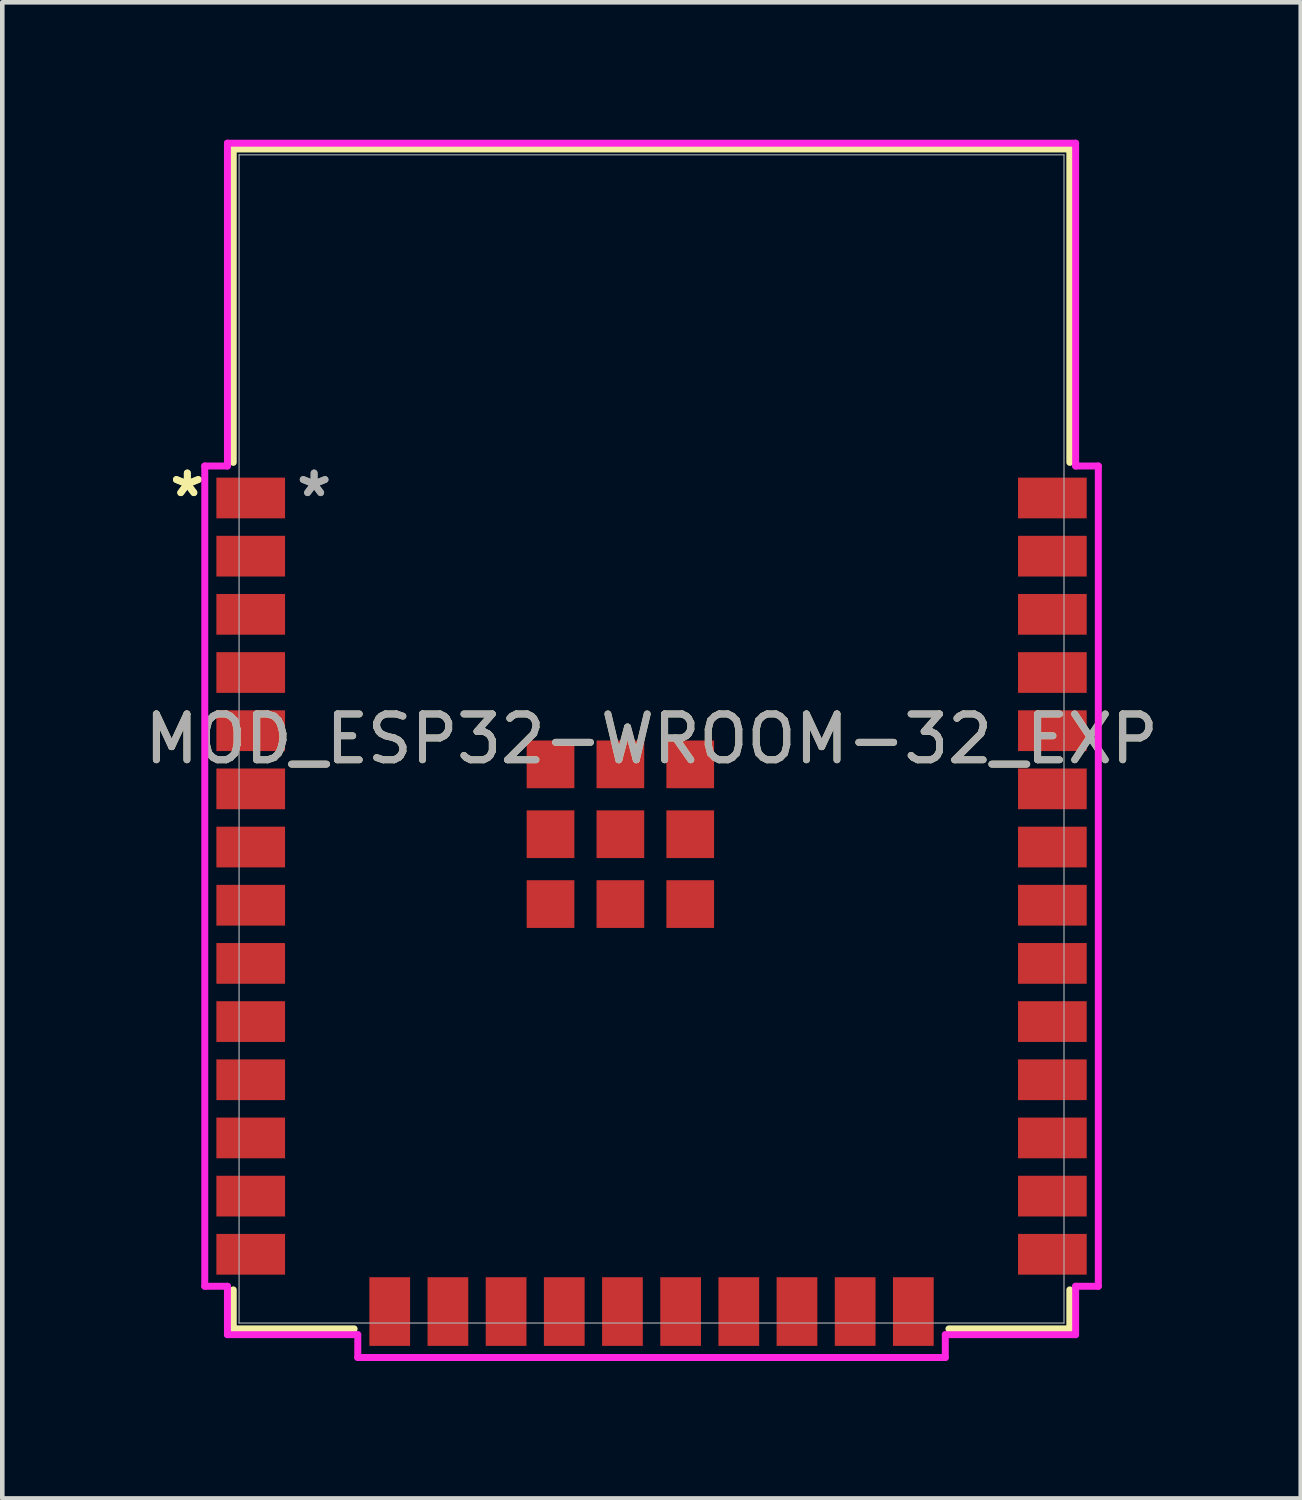
<source format=kicad_pcb>
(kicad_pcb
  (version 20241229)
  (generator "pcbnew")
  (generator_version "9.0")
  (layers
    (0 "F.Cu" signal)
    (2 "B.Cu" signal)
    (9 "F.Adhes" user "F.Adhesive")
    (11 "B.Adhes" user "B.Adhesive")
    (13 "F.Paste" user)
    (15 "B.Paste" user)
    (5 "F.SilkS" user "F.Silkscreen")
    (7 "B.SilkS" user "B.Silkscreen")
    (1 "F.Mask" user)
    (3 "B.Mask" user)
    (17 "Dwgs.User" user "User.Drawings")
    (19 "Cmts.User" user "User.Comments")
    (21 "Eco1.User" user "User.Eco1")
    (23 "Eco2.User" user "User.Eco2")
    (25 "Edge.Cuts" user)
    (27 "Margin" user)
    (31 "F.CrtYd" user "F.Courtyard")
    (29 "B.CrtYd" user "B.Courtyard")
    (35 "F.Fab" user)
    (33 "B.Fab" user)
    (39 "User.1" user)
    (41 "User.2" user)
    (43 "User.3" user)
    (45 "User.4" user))
  (footprint "MOD_ESP32-WROOM-32_EXP"
    (layer "F.Cu")
    (at 11.173 13.081)
    (property "Reference" "MOD_ESP32-WROOM-32_EXP" (at 0 0 0) (unlocked yes) (layer "F.SilkS") (effects (font (size 1 1) (thickness 0.15))))
    (attr smd)
    (fp_line (start -9.131 -12.878) (end 9.131 -12.878) (stroke (width 0.152) (type solid)) (layer "F.SilkS"))
    (fp_line (start -9.131 -6.037) (end -9.131 -12.878) (stroke (width 0.152) (type solid)) (layer "F.SilkS"))
    (fp_line (start -9.131 12.878) (end -9.131 12.027) (stroke (width 0.152) (type solid)) (layer "F.SilkS"))
    (fp_line (start -6.492 12.878) (end -9.131 12.878) (stroke (width 0.152) (type solid)) (layer "F.SilkS"))
    (fp_line (start 9.131 -12.878) (end 9.131 -6.037) (stroke (width 0.152) (type solid)) (layer "F.SilkS"))
    (fp_line (start 9.131 12.027) (end 9.131 12.878) (stroke (width 0.152) (type solid)) (layer "F.SilkS"))
    (fp_line (start 9.131 12.878) (end 6.492 12.878) (stroke (width 0.152) (type solid)) (layer "F.SilkS"))
    (fp_poly (pts (xy -9.004 -12.751) (xy -9.004 -6.807) (xy 9.004 -6.807) (xy 9.004 -12.751)) (stroke (width 0.1) (type solid)) (fill no) (layer "Eco2.User"))
    (fp_line (start -9.753 -5.958) (end -9.753 11.948) (stroke (width 0.152) (type solid)) (layer "F.CrtYd"))
    (fp_line (start -9.753 11.948) (end -9.258 11.948) (stroke (width 0.152) (type solid)) (layer "F.CrtYd"))
    (fp_line (start -9.258 -13.005) (end -9.258 -5.958) (stroke (width 0.152) (type solid)) (layer "F.CrtYd"))
    (fp_line (start -9.258 -5.958) (end -9.753 -5.958) (stroke (width 0.152) (type solid)) (layer "F.CrtYd"))
    (fp_line (start -9.258 11.948) (end -9.258 13.005) (stroke (width 0.152) (type solid)) (layer "F.CrtYd"))
    (fp_line (start -9.258 13.005) (end -6.413 13.005) (stroke (width 0.152) (type solid)) (layer "F.CrtYd"))
    (fp_line (start -6.413 13.005) (end -6.413 13.503) (stroke (width 0.152) (type solid)) (layer "F.CrtYd"))
    (fp_line (start -6.413 13.503) (end 6.413 13.503) (stroke (width 0.152) (type solid)) (layer "F.CrtYd"))
    (fp_line (start 6.413 13.005) (end 9.258 13.005) (stroke (width 0.152) (type solid)) (layer "F.CrtYd"))
    (fp_line (start 6.413 13.503) (end 6.413 13.005) (stroke (width 0.152) (type solid)) (layer "F.CrtYd"))
    (fp_line (start 9.258 -13.005) (end -9.258 -13.005) (stroke (width 0.152) (type solid)) (layer "F.CrtYd"))
    (fp_line (start 9.258 -5.958) (end 9.258 -13.005) (stroke (width 0.152) (type solid)) (layer "F.CrtYd"))
    (fp_line (start 9.258 11.948) (end 9.753 11.948) (stroke (width 0.152) (type solid)) (layer "F.CrtYd"))
    (fp_line (start 9.258 13.005) (end 9.258 11.948) (stroke (width 0.152) (type solid)) (layer "F.CrtYd"))
    (fp_line (start 9.753 -5.958) (end 9.258 -5.958) (stroke (width 0.152) (type solid)) (layer "F.CrtYd"))
    (fp_line (start 9.753 11.948) (end 9.753 -5.958) (stroke (width 0.152) (type solid)) (layer "F.CrtYd"))
    (fp_line (start -9.004 -12.751) (end -9.004 12.751) (stroke (width 0.025) (type solid)) (layer "F.Fab"))
    (fp_line (start -9.004 12.751) (end 9.004 12.751) (stroke (width 0.025) (type solid)) (layer "F.Fab"))
    (fp_line (start 9.004 -12.751) (end -9.004 -12.751) (stroke (width 0.025) (type solid)) (layer "F.Fab"))
    (fp_line (start 9.004 12.751) (end 9.004 -12.751) (stroke (width 0.025) (type solid)) (layer "F.Fab"))
    (fp_text user "*" (at -10.134 -5.26 0) (unlocked yes) (layer "F.SilkS") (effects (font (size 1 1) (thickness 0.15))))
    (fp_text user "*" (at -10.134 -5.26 0) (layer "F.SilkS") (effects (font (size 1 1) (thickness 0.15))))
    (fp_text user "*" (at -7.366 -5.26 0) (layer "F.Fab") (effects (font (size 1 1) (thickness 0.15))))
    (fp_text user "${REFERENCE}" (at 0 0 0) (unlocked yes) (layer "F.Fab") (effects (font (size 1 1) (thickness 0.15))))
    (fp_text user "*" (at -7.366 -5.26 0) (unlocked yes) (layer "F.Fab") (effects (font (size 1 1) (thickness 0.15))))
    (pad "1" smd rect (at -8.75 -5.26) (size 1.499 0.889) (layers "F.Cu" "F.Mask" "F.Paste"))
    (pad "2" smd rect (at -8.75 -3.99) (size 1.499 0.889) (layers "F.Cu" "F.Mask" "F.Paste"))
    (pad "3" smd rect (at -8.75 -2.72) (size 1.499 0.889) (layers "F.Cu" "F.Mask" "F.Paste"))
    (pad "4" smd rect (at -8.75 -1.45) (size 1.499 0.889) (layers "F.Cu" "F.Mask" "F.Paste"))
    (pad "5" smd rect (at -8.75 -0.18) (size 1.499 0.889) (layers "F.Cu" "F.Mask" "F.Paste"))
    (pad "6" smd rect (at -8.75 1.09) (size 1.499 0.889) (layers "F.Cu" "F.Mask" "F.Paste"))
    (pad "7" smd rect (at -8.75 2.36) (size 1.499 0.889) (layers "F.Cu" "F.Mask" "F.Paste"))
    (pad "8" smd rect (at -8.75 3.63) (size 1.499 0.889) (layers "F.Cu" "F.Mask" "F.Paste"))
    (pad "9" smd rect (at -8.75 4.9) (size 1.499 0.889) (layers "F.Cu" "F.Mask" "F.Paste"))
    (pad "10" smd rect (at -8.75 6.17) (size 1.499 0.889) (layers "F.Cu" "F.Mask" "F.Paste"))
    (pad "11" smd rect (at -8.75 7.44) (size 1.499 0.889) (layers "F.Cu" "F.Mask" "F.Paste"))
    (pad "12" smd rect (at -8.75 8.71) (size 1.499 0.889) (layers "F.Cu" "F.Mask" "F.Paste"))
    (pad "13" smd rect (at -8.75 9.98) (size 1.499 0.889) (layers "F.Cu" "F.Mask" "F.Paste"))
    (pad "14" smd rect (at -8.75 11.25) (size 1.499 0.889) (layers "F.Cu" "F.Mask" "F.Paste"))
    (pad "15" smd rect (at -5.715 12.5 90) (size 1.499 0.889) (layers "F.Cu" "F.Mask" "F.Paste"))
    (pad "16" smd rect (at -4.445 12.5 90) (size 1.499 0.889) (layers "F.Cu" "F.Mask" "F.Paste"))
    (pad "17" smd rect (at -3.175 12.5 90) (size 1.499 0.889) (layers "F.Cu" "F.Mask" "F.Paste"))
    (pad "18" smd rect (at -1.905 12.5 90) (size 1.499 0.889) (layers "F.Cu" "F.Mask" "F.Paste"))
    (pad "19" smd rect (at -0.635 12.5 90) (size 1.499 0.889) (layers "F.Cu" "F.Mask" "F.Paste"))
    (pad "20" smd rect (at 0.635 12.5 90) (size 1.499 0.889) (layers "F.Cu" "F.Mask" "F.Paste"))
    (pad "21" smd rect (at 1.905 12.5 90) (size 1.499 0.889) (layers "F.Cu" "F.Mask" "F.Paste"))
    (pad "22" smd rect (at 3.175 12.5 90) (size 1.499 0.889) (layers "F.Cu" "F.Mask" "F.Paste"))
    (pad "23" smd rect (at 4.445 12.5 90) (size 1.499 0.889) (layers "F.Cu" "F.Mask" "F.Paste"))
    (pad "24" smd rect (at 5.715 12.5 90) (size 1.499 0.889) (layers "F.Cu" "F.Mask" "F.Paste"))
    (pad "25" smd rect (at 8.75 11.25) (size 1.499 0.889) (layers "F.Cu" "F.Mask" "F.Paste"))
    (pad "26" smd rect (at 8.75 9.98) (size 1.499 0.889) (layers "F.Cu" "F.Mask" "F.Paste"))
    (pad "27" smd rect (at 8.75 8.71) (size 1.499 0.889) (layers "F.Cu" "F.Mask" "F.Paste"))
    (pad "28" smd rect (at 8.75 7.44) (size 1.499 0.889) (layers "F.Cu" "F.Mask" "F.Paste"))
    (pad "29" smd rect (at 8.75 6.17) (size 1.499 0.889) (layers "F.Cu" "F.Mask" "F.Paste"))
    (pad "30" smd rect (at 8.75 4.9) (size 1.499 0.889) (layers "F.Cu" "F.Mask" "F.Paste"))
    (pad "31" smd rect (at 8.75 3.63) (size 1.499 0.889) (layers "F.Cu" "F.Mask" "F.Paste"))
    (pad "32" smd rect (at 8.75 2.36) (size 1.499 0.889) (layers "F.Cu" "F.Mask" "F.Paste"))
    (pad "33" smd rect (at 8.75 1.09) (size 1.499 0.889) (layers "F.Cu" "F.Mask" "F.Paste"))
    (pad "34" smd rect (at 8.75 -0.18) (size 1.499 0.889) (layers "F.Cu" "F.Mask" "F.Paste"))
    (pad "35" smd rect (at 8.75 -1.45) (size 1.499 0.889) (layers "F.Cu" "F.Mask" "F.Paste"))
    (pad "36" smd rect (at 8.75 -2.72) (size 1.499 0.889) (layers "F.Cu" "F.Mask" "F.Paste"))
    (pad "37" smd rect (at 8.75 -3.99) (size 1.499 0.889) (layers "F.Cu" "F.Mask" "F.Paste"))
    (pad "38" smd rect (at 8.75 -5.26) (size 1.499 0.889) (layers "F.Cu" "F.Mask" "F.Paste"))
    (pad "39" smd rect (at -0.68 2.08) (size 1.041 1.041) (layers "F.Cu" "F.Mask" "F.Paste"))
    (pad "40" smd rect (at -2.205 0.555) (size 1.041 1.041) (layers "F.Cu" "F.Mask" "F.Paste"))
    (pad "41" smd rect (at -2.205 2.08) (size 1.041 1.041) (layers "F.Cu" "F.Mask" "F.Paste"))
    (pad "42" smd rect (at -2.205 3.605) (size 1.041 1.041) (layers "F.Cu" "F.Mask" "F.Paste"))
    (pad "43" smd rect (at -0.68 3.605) (size 1.041 1.041) (layers "F.Cu" "F.Mask" "F.Paste"))
    (pad "44" smd rect (at 0.845 3.605) (size 1.041 1.041) (layers "F.Cu" "F.Mask" "F.Paste"))
    (pad "45" smd rect (at 0.845 2.08) (size 1.041 1.041) (layers "F.Cu" "F.Mask" "F.Paste"))
    (pad "46" smd rect (at 0.845 0.555) (size 1.041 1.041) (layers "F.Cu" "F.Mask" "F.Paste"))
    (pad "47" smd rect (at -0.68 0.555) (size 1.041 1.041) (layers "F.Cu" "F.Mask" "F.Paste")))
  (gr_rect
    (start -3 -3)
    (end 25.345 29.66)
    (stroke (width 0.1) (type default))
    (fill no)
    (layer "Edge.Cuts")))
</source>
